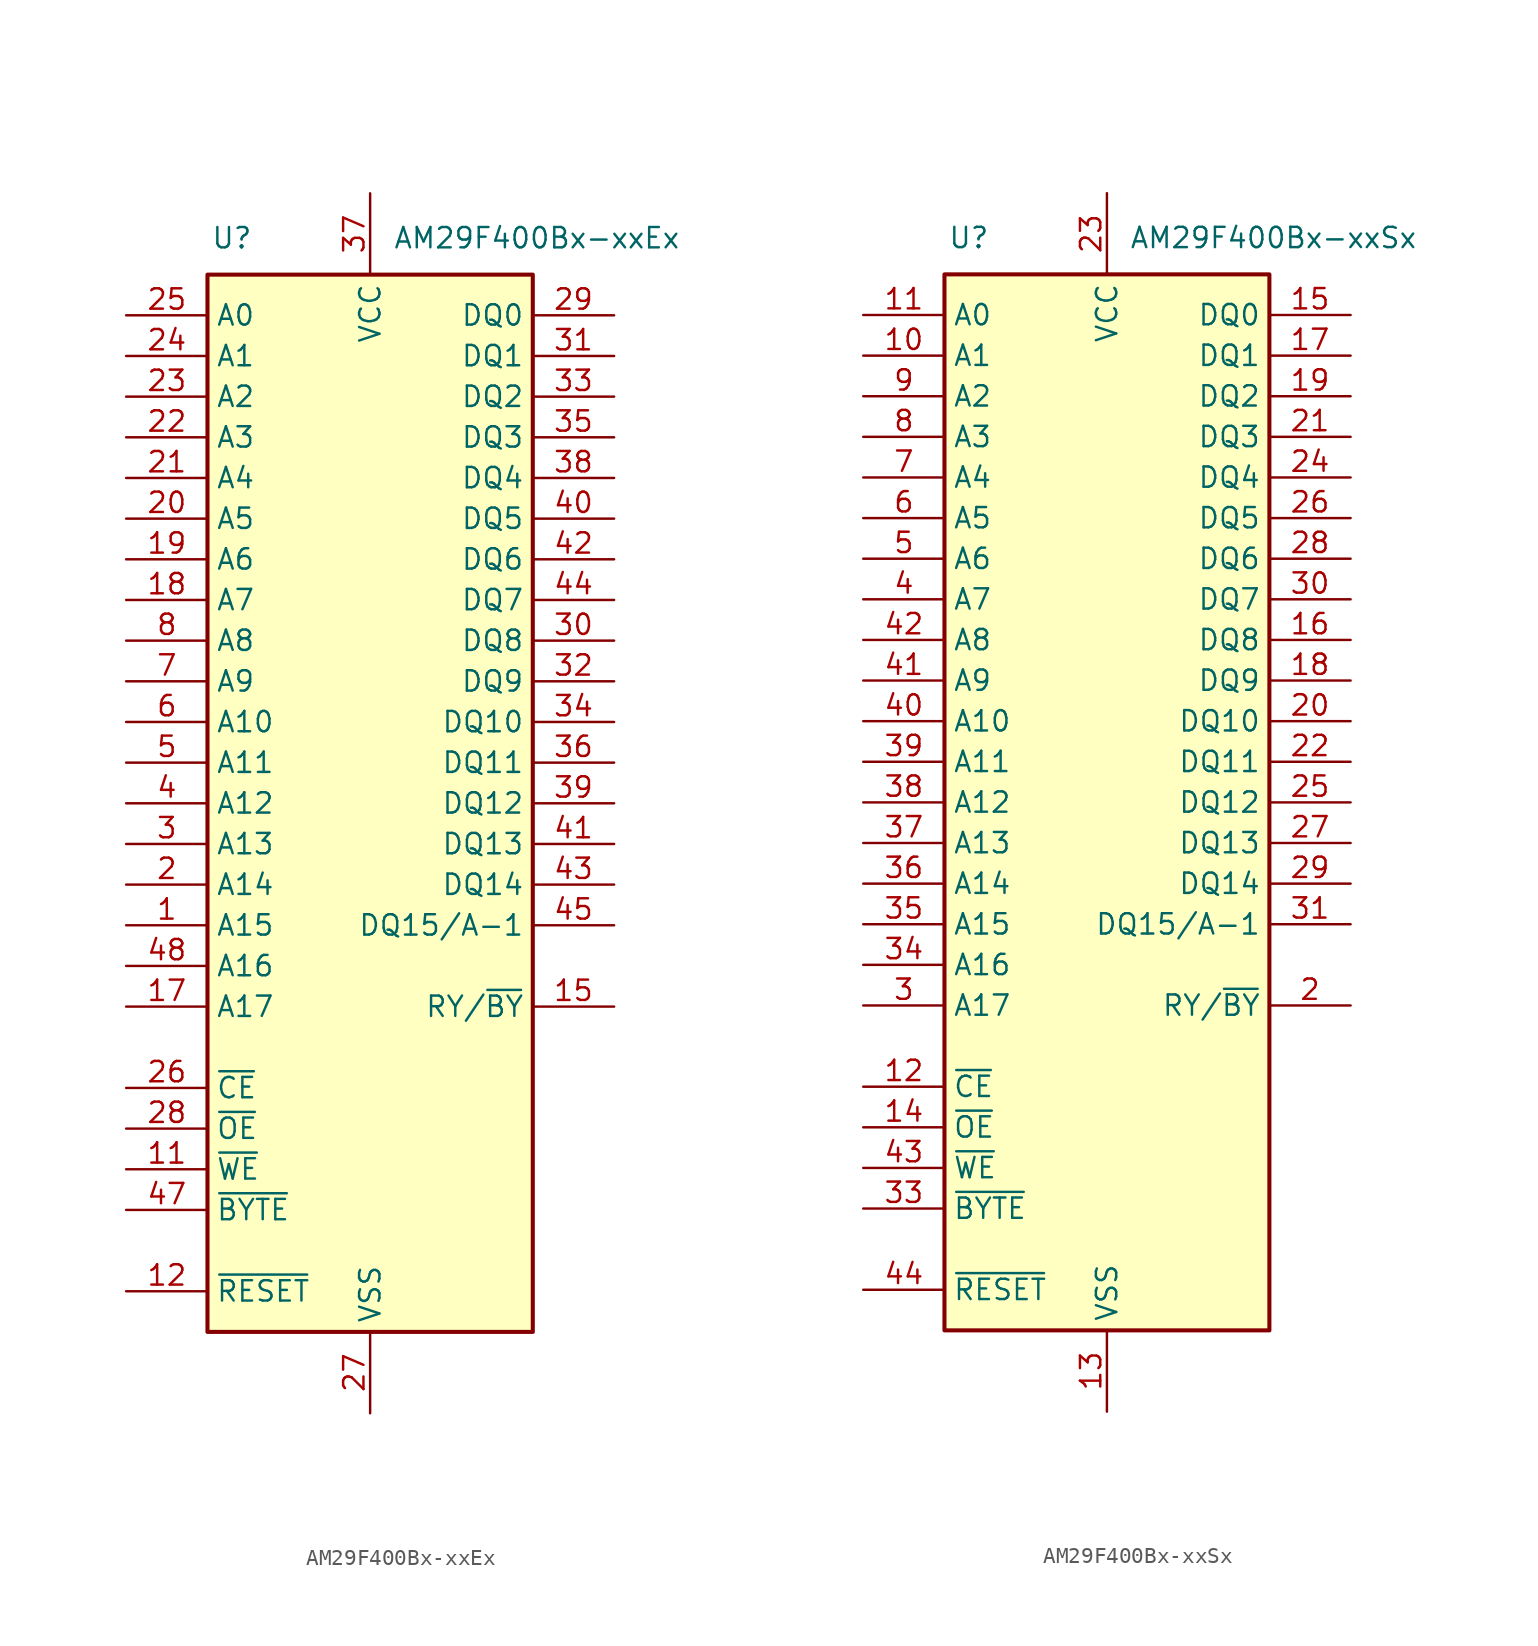
<source format=kicad_sym>
(kicad_symbol_lib
  (version 20241209)
  (generator "kicad_symbol_editor")
  (generator_version "9.0")
  (symbol "AM29F400Bx-xxEx"
    (property "Reference" "U"
      (at -8.636 35.306 0)
      (effects (font (size 1.27 1.27))))
    (property "Value" "AM29F400Bx-xxEx"
      (at 10.414 35.306 0)
      (effects (font (size 1.27 1.27))))
    (symbol "AM29F400Bx-xxEx_0_1"
      (rectangle (start -10.16 33.02) (end 10.16 -33.02) (stroke (width 0.254) (type default)) (fill (type background))))
    (symbol "AM29F400Bx-xxEx_1_0"
      (pin input line (at -15.24 2.54 0) (length 5.08) (name "A11" (effects (font (size 1.27 1.27)))) (number "5" (effects (font (size 1.27 1.27))))))
    (symbol "AM29F400Bx-xxEx_1_1"
      (pin input line (at -15.24 30.48 0) (length 5.08) (name "A0" (effects (font (size 1.27 1.27)))) (number "25" (effects (font (size 1.27 1.27)))))
      (pin input line (at -15.24 27.94 0) (length 5.08) (name "A1" (effects (font (size 1.27 1.27)))) (number "24" (effects (font (size 1.27 1.27)))))
      (pin input line (at -15.24 25.4 0) (length 5.08) (name "A2" (effects (font (size 1.27 1.27)))) (number "23" (effects (font (size 1.27 1.27)))))
      (pin input line (at -15.24 22.86 0) (length 5.08) (name "A3" (effects (font (size 1.27 1.27)))) (number "22" (effects (font (size 1.27 1.27)))))
      (pin input line (at -15.24 20.32 0) (length 5.08) (name "A4" (effects (font (size 1.27 1.27)))) (number "21" (effects (font (size 1.27 1.27)))))
      (pin input line (at -15.24 17.78 0) (length 5.08) (name "A5" (effects (font (size 1.27 1.27)))) (number "20" (effects (font (size 1.27 1.27)))))
      (pin input line (at -15.24 15.24 0) (length 5.08) (name "A6" (effects (font (size 1.27 1.27)))) (number "19" (effects (font (size 1.27 1.27)))))
      (pin input line (at -15.24 12.7 0) (length 5.08) (name "A7" (effects (font (size 1.27 1.27)))) (number "18" (effects (font (size 1.27 1.27)))))
      (pin input line (at -15.24 10.16 0) (length 5.08) (name "A8" (effects (font (size 1.27 1.27)))) (number "8" (effects (font (size 1.27 1.27)))))
      (pin input line (at -15.24 7.62 0) (length 5.08) (name "A9" (effects (font (size 1.27 1.27)))) (number "7" (effects (font (size 1.27 1.27)))))
      (pin input line (at -15.24 5.08 0) (length 5.08) (name "A10" (effects (font (size 1.27 1.27)))) (number "6" (effects (font (size 1.27 1.27)))))
      (pin input line (at -15.24 0 0) (length 5.08) (name "A12" (effects (font (size 1.27 1.27)))) (number "4" (effects (font (size 1.27 1.27)))))
      (pin input line (at -15.24 -2.54 0) (length 5.08) (name "A13" (effects (font (size 1.27 1.27)))) (number "3" (effects (font (size 1.27 1.27)))))
      (pin input line (at -15.24 -5.08 0) (length 5.08) (name "A14" (effects (font (size 1.27 1.27)))) (number "2" (effects (font (size 1.27 1.27)))))
      (pin input line (at -15.24 -7.62 0) (length 5.08) (name "A15" (effects (font (size 1.27 1.27)))) (number "1" (effects (font (size 1.27 1.27)))))
      (pin input line (at -15.24 -10.16 0) (length 5.08) (name "A16" (effects (font (size 1.27 1.27)))) (number "48" (effects (font (size 1.27 1.27)))))
      (pin input line (at -15.24 -12.7 0) (length 5.08) (name "A17" (effects (font (size 1.27 1.27)))) (number "17" (effects (font (size 1.27 1.27)))))
      (pin input line (at -15.24 -17.78 0) (length 5.08) (name "~{CE}" (effects (font (size 1.27 1.27)))) (number "26" (effects (font (size 1.27 1.27)))))
      (pin input line (at -15.24 -20.32 0) (length 5.08) (name "~{OE}" (effects (font (size 1.27 1.27)))) (number "28" (effects (font (size 1.27 1.27)))))
      (pin input line (at -15.24 -22.86 0) (length 5.08) (name "~{WE}" (effects (font (size 1.27 1.27)))) (number "11" (effects (font (size 1.27 1.27)))))
      (pin input line (at -15.24 -25.4 0) (length 5.08) (name "~{BYTE}" (effects (font (size 1.27 1.27)))) (number "47" (effects (font (size 1.27 1.27)))))
      (pin input line (at -15.24 -30.48 0) (length 5.08) (name "~{RESET}" (effects (font (size 1.27 1.27)))) (number "12" (effects (font (size 1.27 1.27)))))
      (pin power_in line (at 0 38.1 270) (length 5.08) (name "VCC" (effects (font (size 1.27 1.27)))) (number "37" (effects (font (size 1.27 1.27)))))
      (pin power_in line (at 0 -38.1 90) (length 5.08) (name "VSS" (effects (font (size 1.27 1.27)))) (number "27" (effects (font (size 1.27 1.27)))))
      (pin passive line (at 0 -38.1 90) (length 5.08) (hide yes) (name "VSS" (effects (font (size 1.27 1.27)))) (number "46" (effects (font (size 1.27 1.27)))))
      (pin no_connect line (at 10.16 -17.78 180) (length 5.08) (hide yes) (name "NC" (effects (font (size 1.27 1.27)))) (number "9" (effects (font (size 1.27 1.27)))))
      (pin no_connect line (at 10.16 -20.32 180) (length 5.08) (hide yes) (name "NC" (effects (font (size 1.27 1.27)))) (number "10" (effects (font (size 1.27 1.27)))))
      (pin no_connect line (at 10.16 -22.86 180) (length 5.08) (hide yes) (name "NC" (effects (font (size 1.27 1.27)))) (number "13" (effects (font (size 1.27 1.27)))))
      (pin no_connect line (at 10.16 -25.4 180) (length 5.08) (hide yes) (name "NC" (effects (font (size 1.27 1.27)))) (number "14" (effects (font (size 1.27 1.27)))))
      (pin no_connect line (at 10.16 -27.94 180) (length 5.08) (hide yes) (name "NC" (effects (font (size 1.27 1.27)))) (number "16" (effects (font (size 1.27 1.27)))))
      (pin tri_state line (at 15.24 30.48 180) (length 5.08) (name "DQ0" (effects (font (size 1.27 1.27)))) (number "29" (effects (font (size 1.27 1.27)))))
      (pin tri_state line (at 15.24 27.94 180) (length 5.08) (name "DQ1" (effects (font (size 1.27 1.27)))) (number "31" (effects (font (size 1.27 1.27)))))
      (pin tri_state line (at 15.24 25.4 180) (length 5.08) (name "DQ2" (effects (font (size 1.27 1.27)))) (number "33" (effects (font (size 1.27 1.27)))))
      (pin tri_state line (at 15.24 22.86 180) (length 5.08) (name "DQ3" (effects (font (size 1.27 1.27)))) (number "35" (effects (font (size 1.27 1.27)))))
      (pin tri_state line (at 15.24 20.32 180) (length 5.08) (name "DQ4" (effects (font (size 1.27 1.27)))) (number "38" (effects (font (size 1.27 1.27)))))
      (pin tri_state line (at 15.24 17.78 180) (length 5.08) (name "DQ5" (effects (font (size 1.27 1.27)))) (number "40" (effects (font (size 1.27 1.27)))))
      (pin tri_state line (at 15.24 15.24 180) (length 5.08) (name "DQ6" (effects (font (size 1.27 1.27)))) (number "42" (effects (font (size 1.27 1.27)))))
      (pin tri_state line (at 15.24 12.7 180) (length 5.08) (name "DQ7" (effects (font (size 1.27 1.27)))) (number "44" (effects (font (size 1.27 1.27)))))
      (pin tri_state line (at 15.24 10.16 180) (length 5.08) (name "DQ8" (effects (font (size 1.27 1.27)))) (number "30" (effects (font (size 1.27 1.27)))))
      (pin tri_state line (at 15.24 7.62 180) (length 5.08) (name "DQ9" (effects (font (size 1.27 1.27)))) (number "32" (effects (font (size 1.27 1.27)))))
      (pin tri_state line (at 15.24 5.08 180) (length 5.08) (name "DQ10" (effects (font (size 1.27 1.27)))) (number "34" (effects (font (size 1.27 1.27)))))
      (pin tri_state line (at 15.24 2.54 180) (length 5.08) (name "DQ11" (effects (font (size 1.27 1.27)))) (number "36" (effects (font (size 1.27 1.27)))))
      (pin tri_state line (at 15.24 0 180) (length 5.08) (name "DQ12" (effects (font (size 1.27 1.27)))) (number "39" (effects (font (size 1.27 1.27)))))
      (pin tri_state line (at 15.24 -2.54 180) (length 5.08) (name "DQ13" (effects (font (size 1.27 1.27)))) (number "41" (effects (font (size 1.27 1.27)))))
      (pin tri_state line (at 15.24 -5.08 180) (length 5.08) (name "DQ14" (effects (font (size 1.27 1.27)))) (number "43" (effects (font (size 1.27 1.27)))))
      (pin tri_state line (at 15.24 -7.62 180) (length 5.08) (name "DQ15/A-1" (effects (font (size 1.27 1.27)))) (number "45" (effects (font (size 1.27 1.27)))))
      (pin open_collector line (at 15.24 -12.7 180) (length 5.08) (name "RY/~{BY}" (effects (font (size 1.27 1.27)))) (number "15" (effects (font (size 1.27 1.27)))))))
  (symbol "AM29F400Bx-xxSx"
    (property "Reference" "U"
      (at -8.636 35.306 0)
      (effects (font (size 1.27 1.27))))
    (property "Value" "AM29F400Bx-xxSx"
      (at 10.414 35.306 0)
      (effects (font (size 1.27 1.27))))
    (symbol "AM29F400Bx-xxSx_0_1"
      (rectangle (start -10.16 33.02) (end 10.16 -33.02) (stroke (width 0.254) (type default)) (fill (type background))))
    (symbol "AM29F400Bx-xxSx_1_1"
      (pin input line (at -15.24 30.48 0) (length 5.08) (name "A0" (effects (font (size 1.27 1.27)))) (number "11" (effects (font (size 1.27 1.27)))))
      (pin input line (at -15.24 27.94 0) (length 5.08) (name "A1" (effects (font (size 1.27 1.27)))) (number "10" (effects (font (size 1.27 1.27)))))
      (pin input line (at -15.24 25.4 0) (length 5.08) (name "A2" (effects (font (size 1.27 1.27)))) (number "9" (effects (font (size 1.27 1.27)))))
      (pin input line (at -15.24 22.86 0) (length 5.08) (name "A3" (effects (font (size 1.27 1.27)))) (number "8" (effects (font (size 1.27 1.27)))))
      (pin input line (at -15.24 20.32 0) (length 5.08) (name "A4" (effects (font (size 1.27 1.27)))) (number "7" (effects (font (size 1.27 1.27)))))
      (pin input line (at -15.24 17.78 0) (length 5.08) (name "A5" (effects (font (size 1.27 1.27)))) (number "6" (effects (font (size 1.27 1.27)))))
      (pin input line (at -15.24 15.24 0) (length 5.08) (name "A6" (effects (font (size 1.27 1.27)))) (number "5" (effects (font (size 1.27 1.27)))))
      (pin input line (at -15.24 12.7 0) (length 5.08) (name "A7" (effects (font (size 1.27 1.27)))) (number "4" (effects (font (size 1.27 1.27)))))
      (pin input line (at -15.24 10.16 0) (length 5.08) (name "A8" (effects (font (size 1.27 1.27)))) (number "42" (effects (font (size 1.27 1.27)))))
      (pin input line (at -15.24 7.62 0) (length 5.08) (name "A9" (effects (font (size 1.27 1.27)))) (number "41" (effects (font (size 1.27 1.27)))))
      (pin input line (at -15.24 5.08 0) (length 5.08) (name "A10" (effects (font (size 1.27 1.27)))) (number "40" (effects (font (size 1.27 1.27)))))
      (pin input line (at -15.24 2.54 0) (length 5.08) (name "A11" (effects (font (size 1.27 1.27)))) (number "39" (effects (font (size 1.27 1.27)))))
      (pin input line (at -15.24 0 0) (length 5.08) (name "A12" (effects (font (size 1.27 1.27)))) (number "38" (effects (font (size 1.27 1.27)))))
      (pin input line (at -15.24 -2.54 0) (length 5.08) (name "A13" (effects (font (size 1.27 1.27)))) (number "37" (effects (font (size 1.27 1.27)))))
      (pin input line (at -15.24 -5.08 0) (length 5.08) (name "A14" (effects (font (size 1.27 1.27)))) (number "36" (effects (font (size 1.27 1.27)))))
      (pin input line (at -15.24 -7.62 0) (length 5.08) (name "A15" (effects (font (size 1.27 1.27)))) (number "35" (effects (font (size 1.27 1.27)))))
      (pin input line (at -15.24 -10.16 0) (length 5.08) (name "A16" (effects (font (size 1.27 1.27)))) (number "34" (effects (font (size 1.27 1.27)))))
      (pin input line (at -15.24 -12.7 0) (length 5.08) (name "A17" (effects (font (size 1.27 1.27)))) (number "3" (effects (font (size 1.27 1.27)))))
      (pin input line (at -15.24 -17.78 0) (length 5.08) (name "~{CE}" (effects (font (size 1.27 1.27)))) (number "12" (effects (font (size 1.27 1.27)))))
      (pin input line (at -15.24 -20.32 0) (length 5.08) (name "~{OE}" (effects (font (size 1.27 1.27)))) (number "14" (effects (font (size 1.27 1.27)))))
      (pin input line (at -15.24 -22.86 0) (length 5.08) (name "~{WE}" (effects (font (size 1.27 1.27)))) (number "43" (effects (font (size 1.27 1.27)))))
      (pin input line (at -15.24 -25.4 0) (length 5.08) (name "~{BYTE}" (effects (font (size 1.27 1.27)))) (number "33" (effects (font (size 1.27 1.27)))))
      (pin input line (at -15.24 -30.48 0) (length 5.08) (name "~{RESET}" (effects (font (size 1.27 1.27)))) (number "44" (effects (font (size 1.27 1.27)))))
      (pin power_in line (at 0 38.1 270) (length 5.08) (name "VCC" (effects (font (size 1.27 1.27)))) (number "23" (effects (font (size 1.27 1.27)))))
      (pin power_in line (at 0 -38.1 90) (length 5.08) (name "VSS" (effects (font (size 1.27 1.27)))) (number "13" (effects (font (size 1.27 1.27)))))
      (pin passive line (at 0 -38.1 90) (length 5.08) (hide yes) (name "VSS" (effects (font (size 1.27 1.27)))) (number "32" (effects (font (size 1.27 1.27)))))
      (pin no_connect line (at 10.16 -17.78 180) (length 5.08) (hide yes) (name "NC" (effects (font (size 1.27 1.27)))) (number "1" (effects (font (size 1.27 1.27)))))
      (pin tri_state line (at 15.24 30.48 180) (length 5.08) (name "DQ0" (effects (font (size 1.27 1.27)))) (number "15" (effects (font (size 1.27 1.27)))))
      (pin tri_state line (at 15.24 27.94 180) (length 5.08) (name "DQ1" (effects (font (size 1.27 1.27)))) (number "17" (effects (font (size 1.27 1.27)))))
      (pin tri_state line (at 15.24 25.4 180) (length 5.08) (name "DQ2" (effects (font (size 1.27 1.27)))) (number "19" (effects (font (size 1.27 1.27)))))
      (pin tri_state line (at 15.24 22.86 180) (length 5.08) (name "DQ3" (effects (font (size 1.27 1.27)))) (number "21" (effects (font (size 1.27 1.27)))))
      (pin tri_state line (at 15.24 20.32 180) (length 5.08) (name "DQ4" (effects (font (size 1.27 1.27)))) (number "24" (effects (font (size 1.27 1.27)))))
      (pin tri_state line (at 15.24 17.78 180) (length 5.08) (name "DQ5" (effects (font (size 1.27 1.27)))) (number "26" (effects (font (size 1.27 1.27)))))
      (pin tri_state line (at 15.24 15.24 180) (length 5.08) (name "DQ6" (effects (font (size 1.27 1.27)))) (number "28" (effects (font (size 1.27 1.27)))))
      (pin tri_state line (at 15.24 12.7 180) (length 5.08) (name "DQ7" (effects (font (size 1.27 1.27)))) (number "30" (effects (font (size 1.27 1.27)))))
      (pin tri_state line (at 15.24 10.16 180) (length 5.08) (name "DQ8" (effects (font (size 1.27 1.27)))) (number "16" (effects (font (size 1.27 1.27)))))
      (pin tri_state line (at 15.24 7.62 180) (length 5.08) (name "DQ9" (effects (font (size 1.27 1.27)))) (number "18" (effects (font (size 1.27 1.27)))))
      (pin tri_state line (at 15.24 5.08 180) (length 5.08) (name "DQ10" (effects (font (size 1.27 1.27)))) (number "20" (effects (font (size 1.27 1.27)))))
      (pin tri_state line (at 15.24 2.54 180) (length 5.08) (name "DQ11" (effects (font (size 1.27 1.27)))) (number "22" (effects (font (size 1.27 1.27)))))
      (pin tri_state line (at 15.24 0 180) (length 5.08) (name "DQ12" (effects (font (size 1.27 1.27)))) (number "25" (effects (font (size 1.27 1.27)))))
      (pin tri_state line (at 15.24 -2.54 180) (length 5.08) (name "DQ13" (effects (font (size 1.27 1.27)))) (number "27" (effects (font (size 1.27 1.27)))))
      (pin tri_state line (at 15.24 -5.08 180) (length 5.08) (name "DQ14" (effects (font (size 1.27 1.27)))) (number "29" (effects (font (size 1.27 1.27)))))
      (pin tri_state line (at 15.24 -7.62 180) (length 5.08) (name "DQ15/A-1" (effects (font (size 1.27 1.27)))) (number "31" (effects (font (size 1.27 1.27)))))
      (pin open_collector line (at 15.24 -12.7 180) (length 5.08) (name "RY/~{BY}" (effects (font (size 1.27 1.27)))) (number "2" (effects (font (size 1.27 1.27))))))))
</source>
